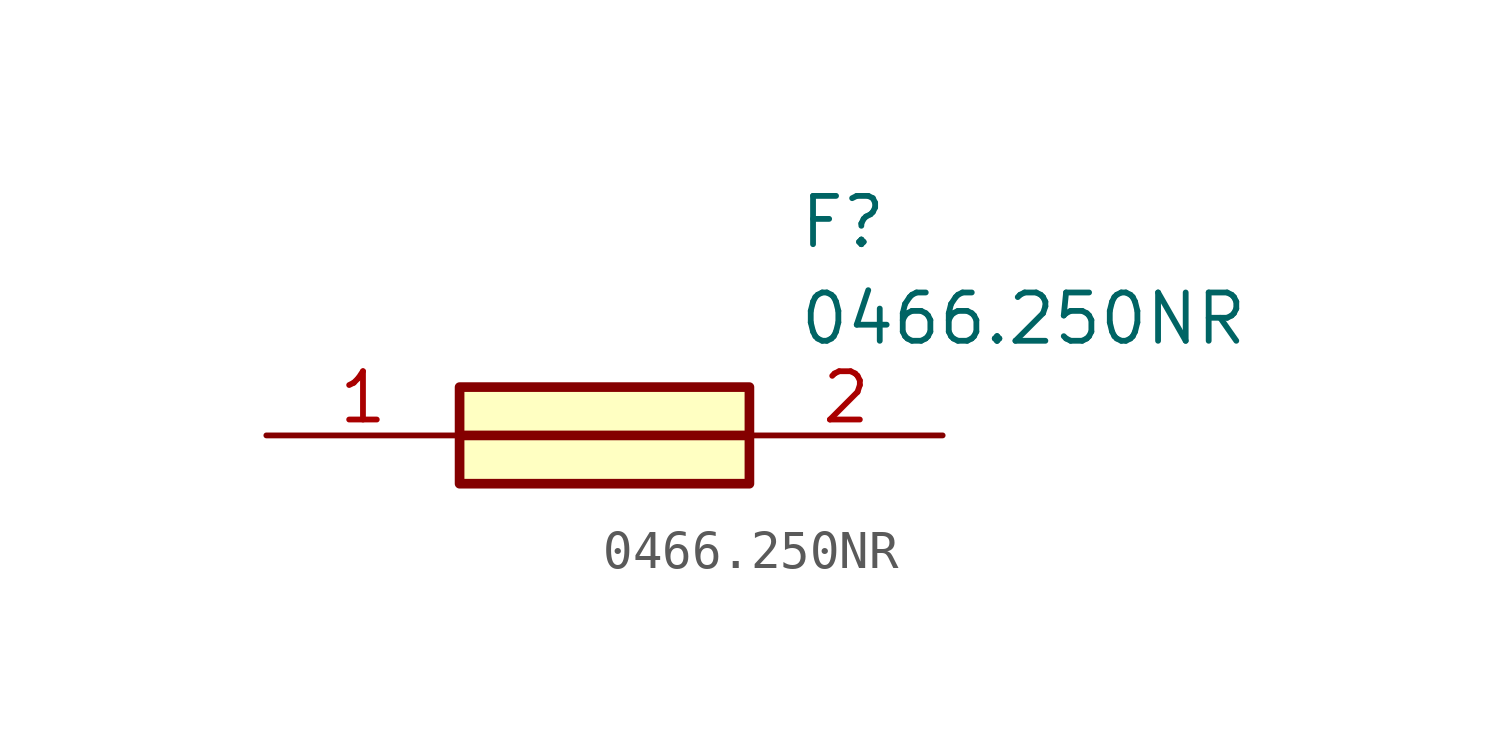
<source format=kicad_sym>
(kicad_symbol_lib
  (version 20211014)
  (generator SamacSys_ECAD_Model)
  (symbol "0466.250NR"
    (pin_names hide)
    (property "Reference" "F"
      (at 13.97 6.35 0)
      (effects (font (size 1.27 1.27)) (justify left top)))
    (property "Value" "0466.250NR"
      (at 13.97 3.81 0)
      (effects (font (size 1.27 1.27)) (justify left top)))
    (rectangle
      (start 5.08 1.27)
      (end 12.7 -1.27)
      (stroke (width 0.254) (type default))
      (fill (type background)))
    (polyline
      (pts (xy 5.08 0) (xy 12.7 0))
      (stroke (width 0.254) (type default))
      (fill (type none)))
    (pin passive line
      (at 0 0 0)
      (length 5.08)
      (name "1" (effects (font (size 1.27 1.27))))
      (number "1" (effects (font (size 1.27 1.27)))))
    (pin passive line
      (at 17.78 0 180)
      (length 5.08)
      (name "2" (effects (font (size 1.27 1.27))))
      (number "2" (effects (font (size 1.27 1.27)))))))
</source>
